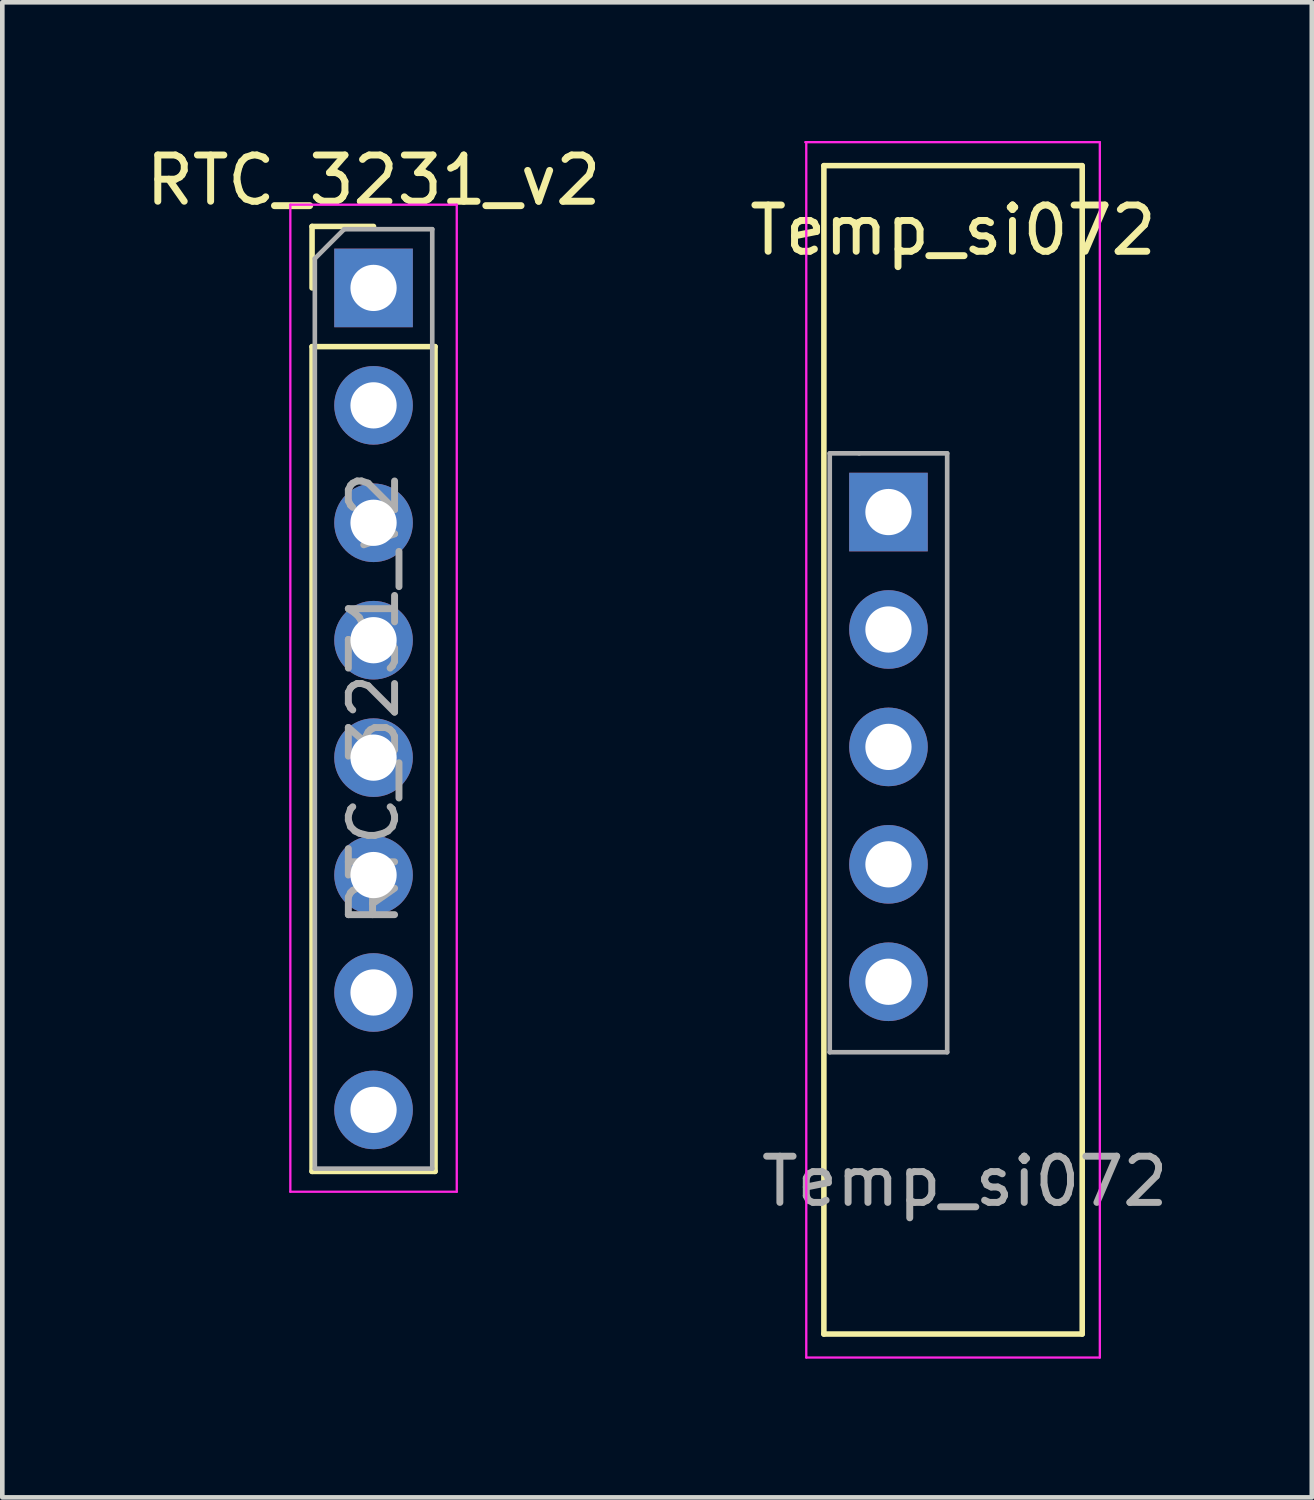
<source format=kicad_pcb>
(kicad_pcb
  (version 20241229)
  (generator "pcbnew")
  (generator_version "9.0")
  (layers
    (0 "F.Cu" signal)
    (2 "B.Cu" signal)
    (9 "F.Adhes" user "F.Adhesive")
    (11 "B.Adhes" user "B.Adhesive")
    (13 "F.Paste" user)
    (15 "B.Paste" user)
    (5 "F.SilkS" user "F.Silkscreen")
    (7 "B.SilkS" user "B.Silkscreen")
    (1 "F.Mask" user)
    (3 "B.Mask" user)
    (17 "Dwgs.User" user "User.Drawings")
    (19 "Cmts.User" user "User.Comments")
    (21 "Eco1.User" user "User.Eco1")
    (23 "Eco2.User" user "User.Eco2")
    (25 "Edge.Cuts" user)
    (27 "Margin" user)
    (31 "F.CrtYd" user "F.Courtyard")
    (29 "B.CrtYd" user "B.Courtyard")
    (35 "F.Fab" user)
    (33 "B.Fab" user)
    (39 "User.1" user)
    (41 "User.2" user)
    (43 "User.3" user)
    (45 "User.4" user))
  (footprint "RTC_3231_v2"
    (layer "F.Cu")
    (at 5.03 3.178)
    (property "Reference" "RTC_3231_v2" (at 0 -2.33 0) (layer "F.SilkS") (effects (font (size 1 1) (thickness 0.15))))
    (attr through_hole)
    (fp_line (start -1.33 -1.33) (end 0 -1.33) (stroke (width 0.12) (type solid)) (layer "F.SilkS"))
    (fp_line (start -1.33 0) (end -1.33 -1.33) (stroke (width 0.12) (type solid)) (layer "F.SilkS"))
    (fp_line (start -1.33 1.27) (end -1.33 19.11) (stroke (width 0.12) (type solid)) (layer "F.SilkS"))
    (fp_line (start -1.33 1.27) (end 1.33 1.27) (stroke (width 0.12) (type solid)) (layer "F.SilkS"))
    (fp_line (start -1.33 19.11) (end 1.33 19.11) (stroke (width 0.12) (type solid)) (layer "F.SilkS"))
    (fp_line (start 1.33 1.27) (end 1.33 19.11) (stroke (width 0.12) (type solid)) (layer "F.SilkS"))
    (fp_line (start -1.8 -1.8) (end -1.8 19.55) (stroke (width 0.05) (type solid)) (layer "F.CrtYd"))
    (fp_line (start -1.8 19.55) (end 1.8 19.55) (stroke (width 0.05) (type solid)) (layer "F.CrtYd"))
    (fp_line (start 1.8 -1.8) (end -1.8 -1.8) (stroke (width 0.05) (type solid)) (layer "F.CrtYd"))
    (fp_line (start 1.8 19.55) (end 1.8 -1.8) (stroke (width 0.05) (type solid)) (layer "F.CrtYd"))
    (fp_line (start -1.27 -0.635) (end -0.635 -1.27) (stroke (width 0.1) (type solid)) (layer "F.Fab"))
    (fp_line (start -1.27 19.05) (end -1.27 -0.635) (stroke (width 0.1) (type solid)) (layer "F.Fab"))
    (fp_line (start -0.635 -1.27) (end 1.27 -1.27) (stroke (width 0.1) (type solid)) (layer "F.Fab"))
    (fp_line (start 1.27 -1.27) (end 1.27 19.05) (stroke (width 0.1) (type solid)) (layer "F.Fab"))
    (fp_line (start 1.27 19.05) (end -1.27 19.05) (stroke (width 0.1) (type solid)) (layer "F.Fab"))
    (fp_text user "${REFERENCE}" (at 0 8.89 90) (layer "F.Fab") (effects (font (size 1 1) (thickness 0.15))))
    (pad "1" thru_hole rect (at 0 0) (size 1.7 1.7) (drill 1) (layers "*.Cu" "*.Mask"))
    (pad "2" thru_hole oval (at 0 2.54) (size 1.7 1.7) (drill 1) (layers "*.Cu" "*.Mask"))
    (pad "3" thru_hole oval (at 0 5.08) (size 1.7 1.7) (drill 1) (layers "*.Cu" "*.Mask"))
    (pad "4" thru_hole oval (at 0 7.62) (size 1.7 1.7) (drill 1) (layers "*.Cu" "*.Mask"))
    (pad "5" thru_hole oval (at 0 10.16) (size 1.7 1.7) (drill 1) (layers "*.Cu" "*.Mask"))
    (pad "6" thru_hole oval (at 0 12.7) (size 1.7 1.7) (drill 1) (layers "*.Cu" "*.Mask"))
    (pad "7" thru_hole oval (at 0 15.24) (size 1.7 1.7) (drill 1) (layers "*.Cu" "*.Mask"))
    (pad "8" thru_hole oval (at 0 17.78) (size 1.7 1.7) (drill 1) (layers "*.Cu" "*.Mask")))
  (footprint "Temp_si072"
    (layer "F.Cu")
    (at 16.168 8.026)
    (property "Reference" "Temp_si072" (at 1.397 -6.096 0) (layer "F.SilkS") (effects (font (size 1 1) (thickness 0.15))))
    (attr through_hole)
    (fp_line (start -1.397 -7.493) (end -1.397 17.78) (stroke (width 0.12) (type solid)) (layer "F.SilkS"))
    (fp_line (start -1.397 -7.493) (end 4.184 -7.493) (stroke (width 0.12) (type solid)) (layer "F.SilkS"))
    (fp_line (start -1.397 17.78) (end 4.191 17.78) (stroke (width 0.12) (type solid)) (layer "F.SilkS"))
    (fp_line (start 4.191 -7.493) (end 4.191 17.78) (stroke (width 0.12) (type solid)) (layer "F.SilkS"))
    (fp_line (start -1.778 -8.001) (end -1.778 18.288) (stroke (width 0.05) (type solid)) (layer "F.CrtYd"))
    (fp_line (start -1.778 18.288) (end 4.572 18.288) (stroke (width 0.05) (type solid)) (layer "F.CrtYd"))
    (fp_line (start 4.572 -8.001) (end -1.8 -8.001) (stroke (width 0.05) (type solid)) (layer "F.CrtYd"))
    (fp_line (start 4.572 18.288) (end 4.572 -8.001) (stroke (width 0.05) (type solid)) (layer "F.CrtYd"))
    (fp_line (start -1.27 -1.27) (end -0.635 -1.27) (stroke (width 0.1) (type solid)) (layer "F.Fab"))
    (fp_line (start -1.27 11.684) (end -1.27 -1.27) (stroke (width 0.1) (type solid)) (layer "F.Fab"))
    (fp_line (start -0.635 -1.27) (end 1.27 -1.27) (stroke (width 0.1) (type solid)) (layer "F.Fab"))
    (fp_line (start 1.27 -1.27) (end 1.27 11.684) (stroke (width 0.1) (type solid)) (layer "F.Fab"))
    (fp_line (start 1.27 11.684) (end -1.27 11.684) (stroke (width 0.1) (type solid)) (layer "F.Fab"))
    (fp_text user "${REFERENCE}" (at 1.651 14.478 180) (layer "F.Fab") (effects (font (size 1 1) (thickness 0.15))))
    (pad "1" thru_hole rect (at 0 0) (size 1.7 1.7) (drill 1) (layers "*.Cu" "*.Mask"))
    (pad "2" thru_hole oval (at 0 2.54) (size 1.7 1.7) (drill 1) (layers "*.Cu" "*.Mask"))
    (pad "3" thru_hole oval (at 0 5.08) (size 1.7 1.7) (drill 1) (layers "*.Cu" "*.Mask"))
    (pad "4" thru_hole oval (at 0 7.62) (size 1.7 1.7) (drill 1) (layers "*.Cu" "*.Mask"))
    (pad "5" thru_hole oval (at 0 10.16) (size 1.7 1.7) (drill 1) (layers "*.Cu" "*.Mask")))
  (gr_rect
    (start -3 -3)
    (end 25.325 29.339)
    (stroke (width 0.1) (type default))
    (fill no)
    (layer "Edge.Cuts")))
</source>
